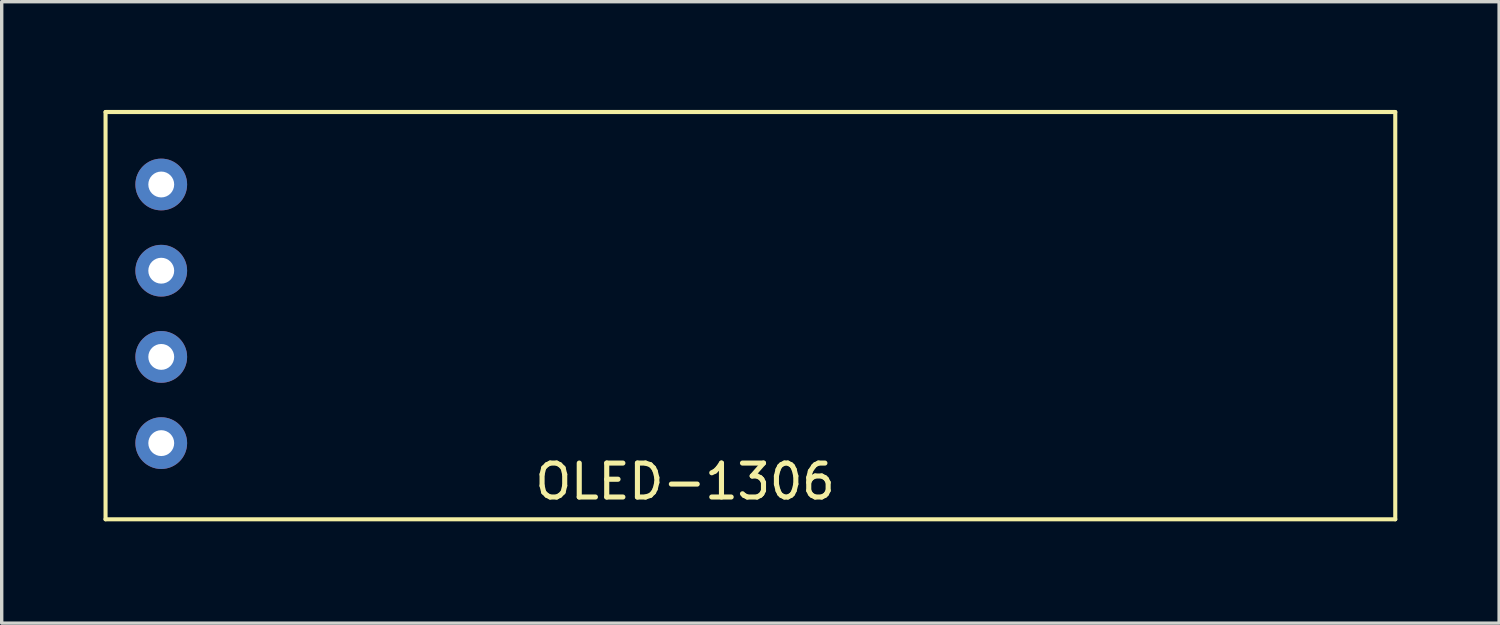
<source format=kicad_pcb>
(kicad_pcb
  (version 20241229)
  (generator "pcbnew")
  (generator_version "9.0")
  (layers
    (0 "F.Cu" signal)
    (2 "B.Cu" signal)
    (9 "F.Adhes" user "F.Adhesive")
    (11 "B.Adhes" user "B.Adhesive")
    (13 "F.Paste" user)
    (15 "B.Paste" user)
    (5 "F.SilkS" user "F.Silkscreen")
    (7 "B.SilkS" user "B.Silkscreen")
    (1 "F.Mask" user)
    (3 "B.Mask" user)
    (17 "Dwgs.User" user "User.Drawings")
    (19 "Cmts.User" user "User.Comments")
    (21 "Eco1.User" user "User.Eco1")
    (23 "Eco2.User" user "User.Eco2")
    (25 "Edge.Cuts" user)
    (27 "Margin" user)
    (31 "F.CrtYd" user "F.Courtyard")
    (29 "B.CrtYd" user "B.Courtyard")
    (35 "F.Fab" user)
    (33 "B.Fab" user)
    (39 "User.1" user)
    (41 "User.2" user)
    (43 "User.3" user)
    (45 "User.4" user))
  (footprint "OLED-1306"
    (layer "F.Cu")
    (at 10.06 0.25)
    (property "Reference" "OLED-1306" (at 7.076 10.889 0) (layer "F.SilkS") (effects (font (size 1 1) (thickness 0.15))))
    (attr through_hole)
    (fp_line (start -10 0) (end -10 12) (stroke (width 0.12) (type solid)) (layer "F.SilkS"))
    (fp_line (start -10 0) (end 28 0) (stroke (width 0.12) (type solid)) (layer "F.SilkS"))
    (fp_line (start -10 12) (end 28 12) (stroke (width 0.12) (type solid)) (layer "F.SilkS"))
    (fp_line (start 28 0) (end 28 12) (stroke (width 0.12) (type solid)) (layer "F.SilkS"))
    (pad "1" thru_hole circle (at -8.359 2.136) (size 1.524 1.524) (drill 0.762) (layers "*.Cu" "*.Mask"))
    (pad "2" thru_hole circle (at -8.359 4.676) (size 1.524 1.524) (drill 0.762) (layers "*.Cu" "*.Mask"))
    (pad "3" thru_hole circle (at -8.359 7.216) (size 1.524 1.524) (drill 0.762) (layers "*.Cu" "*.Mask"))
    (pad "4" thru_hole circle (at -8.359 9.756) (size 1.524 1.524) (drill 0.762) (layers "*.Cu" "*.Mask")))
  (gr_rect
    (start -3 -3)
    (end 41.12 15.31)
    (stroke (width 0.1) (type default))
    (fill no)
    (layer "Edge.Cuts")))
</source>
